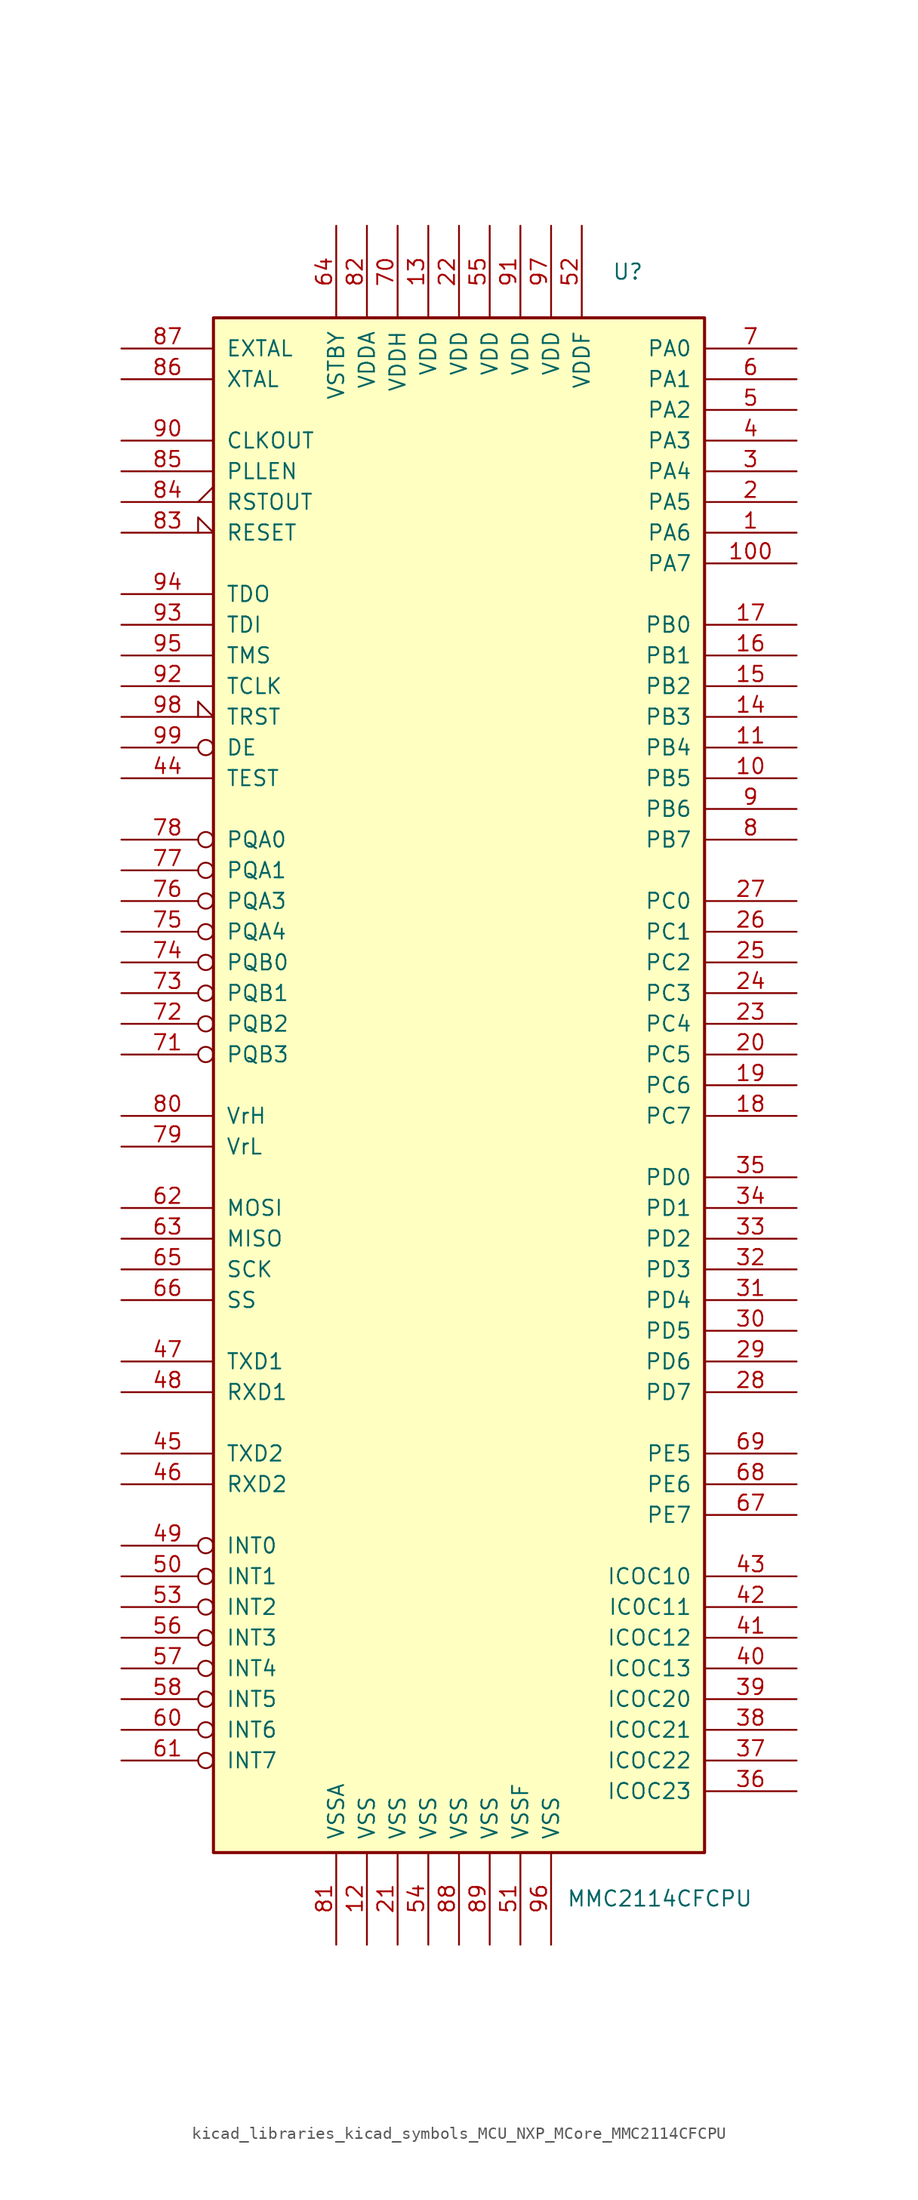
<source format=kicad_sym>
(kicad_symbol_lib
  (version 20220914)
  (generator kicad_symbol_editor)
  (symbol "kicad_libraries_kicad_symbols_MCU_NXP_MCore_MMC2114CFCPU"
    (pin_names
      (offset 1.016))
    (property "Reference" "U"
      (at 13.97 67.31 0)
      (effects (font (size 1.27 1.27))))
    (property "Value" "MMC2114CFCPU"
      (at 8.89 -67.31 0)
      (effects (font (size 1.27 1.27)) (justify left)))
    (symbol "kicad_libraries_kicad_symbols_MCU_NXP_MCore_MMC2114CFCPU_0_1"
      (rectangle (start -20.32 63.5) (end 20.32 -63.5) (stroke (width 0.254) (type default)) (fill (type background))))
    (symbol "kicad_libraries_kicad_symbols_MCU_NXP_MCore_MMC2114CFCPU_1_1"
      (pin bidirectional line (at 27.94 45.72 180) (length 7.62) (name "PA6" (effects (font (size 1.27 1.27)))) (number "1" (effects (font (size 1.27 1.27)))))
      (pin bidirectional line (at 27.94 25.4 180) (length 7.62) (name "PB5" (effects (font (size 1.27 1.27)))) (number "10" (effects (font (size 1.27 1.27)))))
      (pin bidirectional line (at 27.94 43.18 180) (length 7.62) (name "PA7" (effects (font (size 1.27 1.27)))) (number "100" (effects (font (size 1.27 1.27)))))
      (pin bidirectional line (at 27.94 27.94 180) (length 7.62) (name "PB4" (effects (font (size 1.27 1.27)))) (number "11" (effects (font (size 1.27 1.27)))))
      (pin power_in line (at -7.62 -71.12 90) (length 7.62) (name "VSS" (effects (font (size 1.27 1.27)))) (number "12" (effects (font (size 1.27 1.27)))))
      (pin power_in line (at -2.54 71.12 270) (length 7.62) (name "VDD" (effects (font (size 1.27 1.27)))) (number "13" (effects (font (size 1.27 1.27)))))
      (pin bidirectional line (at 27.94 30.48 180) (length 7.62) (name "PB3" (effects (font (size 1.27 1.27)))) (number "14" (effects (font (size 1.27 1.27)))))
      (pin bidirectional line (at 27.94 33.02 180) (length 7.62) (name "PB2" (effects (font (size 1.27 1.27)))) (number "15" (effects (font (size 1.27 1.27)))))
      (pin bidirectional line (at 27.94 35.56 180) (length 7.62) (name "PB1" (effects (font (size 1.27 1.27)))) (number "16" (effects (font (size 1.27 1.27)))))
      (pin bidirectional line (at 27.94 38.1 180) (length 7.62) (name "PB0" (effects (font (size 1.27 1.27)))) (number "17" (effects (font (size 1.27 1.27)))))
      (pin bidirectional line (at 27.94 -2.54 180) (length 7.62) (name "PC7" (effects (font (size 1.27 1.27)))) (number "18" (effects (font (size 1.27 1.27)))))
      (pin bidirectional line (at 27.94 0 180) (length 7.62) (name "PC6" (effects (font (size 1.27 1.27)))) (number "19" (effects (font (size 1.27 1.27)))))
      (pin bidirectional line (at 27.94 48.26 180) (length 7.62) (name "PA5" (effects (font (size 1.27 1.27)))) (number "2" (effects (font (size 1.27 1.27)))))
      (pin bidirectional line (at 27.94 2.54 180) (length 7.62) (name "PC5" (effects (font (size 1.27 1.27)))) (number "20" (effects (font (size 1.27 1.27)))))
      (pin power_in line (at -5.08 -71.12 90) (length 7.62) (name "VSS" (effects (font (size 1.27 1.27)))) (number "21" (effects (font (size 1.27 1.27)))))
      (pin power_in line (at 0 71.12 270) (length 7.62) (name "VDD" (effects (font (size 1.27 1.27)))) (number "22" (effects (font (size 1.27 1.27)))))
      (pin bidirectional line (at 27.94 5.08 180) (length 7.62) (name "PC4" (effects (font (size 1.27 1.27)))) (number "23" (effects (font (size 1.27 1.27)))))
      (pin bidirectional line (at 27.94 7.62 180) (length 7.62) (name "PC3" (effects (font (size 1.27 1.27)))) (number "24" (effects (font (size 1.27 1.27)))))
      (pin bidirectional line (at 27.94 10.16 180) (length 7.62) (name "PC2" (effects (font (size 1.27 1.27)))) (number "25" (effects (font (size 1.27 1.27)))))
      (pin bidirectional line (at 27.94 12.7 180) (length 7.62) (name "PC1" (effects (font (size 1.27 1.27)))) (number "26" (effects (font (size 1.27 1.27)))))
      (pin bidirectional line (at 27.94 15.24 180) (length 7.62) (name "PC0" (effects (font (size 1.27 1.27)))) (number "27" (effects (font (size 1.27 1.27)))))
      (pin bidirectional line (at 27.94 -25.4 180) (length 7.62) (name "PD7" (effects (font (size 1.27 1.27)))) (number "28" (effects (font (size 1.27 1.27)))))
      (pin bidirectional line (at 27.94 -22.86 180) (length 7.62) (name "PD6" (effects (font (size 1.27 1.27)))) (number "29" (effects (font (size 1.27 1.27)))))
      (pin bidirectional line (at 27.94 50.8 180) (length 7.62) (name "PA4" (effects (font (size 1.27 1.27)))) (number "3" (effects (font (size 1.27 1.27)))))
      (pin bidirectional line (at 27.94 -20.32 180) (length 7.62) (name "PD5" (effects (font (size 1.27 1.27)))) (number "30" (effects (font (size 1.27 1.27)))))
      (pin bidirectional line (at 27.94 -17.78 180) (length 7.62) (name "PD4" (effects (font (size 1.27 1.27)))) (number "31" (effects (font (size 1.27 1.27)))))
      (pin bidirectional line (at 27.94 -15.24 180) (length 7.62) (name "PD3" (effects (font (size 1.27 1.27)))) (number "32" (effects (font (size 1.27 1.27)))))
      (pin bidirectional line (at 27.94 -12.7 180) (length 7.62) (name "PD2" (effects (font (size 1.27 1.27)))) (number "33" (effects (font (size 1.27 1.27)))))
      (pin bidirectional line (at 27.94 -10.16 180) (length 7.62) (name "PD1" (effects (font (size 1.27 1.27)))) (number "34" (effects (font (size 1.27 1.27)))))
      (pin bidirectional line (at 27.94 -7.62 180) (length 7.62) (name "PD0" (effects (font (size 1.27 1.27)))) (number "35" (effects (font (size 1.27 1.27)))))
      (pin bidirectional line (at 27.94 -58.42 180) (length 7.62) (name "ICOC23" (effects (font (size 1.27 1.27)))) (number "36" (effects (font (size 1.27 1.27)))))
      (pin bidirectional line (at 27.94 -55.88 180) (length 7.62) (name "ICOC22" (effects (font (size 1.27 1.27)))) (number "37" (effects (font (size 1.27 1.27)))))
      (pin bidirectional line (at 27.94 -53.34 180) (length 7.62) (name "ICOC21" (effects (font (size 1.27 1.27)))) (number "38" (effects (font (size 1.27 1.27)))))
      (pin bidirectional line (at 27.94 -50.8 180) (length 7.62) (name "ICOC20" (effects (font (size 1.27 1.27)))) (number "39" (effects (font (size 1.27 1.27)))))
      (pin bidirectional line (at 27.94 53.34 180) (length 7.62) (name "PA3" (effects (font (size 1.27 1.27)))) (number "4" (effects (font (size 1.27 1.27)))))
      (pin bidirectional line (at 27.94 -48.26 180) (length 7.62) (name "ICOC13" (effects (font (size 1.27 1.27)))) (number "40" (effects (font (size 1.27 1.27)))))
      (pin bidirectional line (at 27.94 -45.72 180) (length 7.62) (name "ICOC12" (effects (font (size 1.27 1.27)))) (number "41" (effects (font (size 1.27 1.27)))))
      (pin bidirectional line (at 27.94 -43.18 180) (length 7.62) (name "IC0C11" (effects (font (size 1.27 1.27)))) (number "42" (effects (font (size 1.27 1.27)))))
      (pin bidirectional line (at 27.94 -40.64 180) (length 7.62) (name "ICOC10" (effects (font (size 1.27 1.27)))) (number "43" (effects (font (size 1.27 1.27)))))
      (pin bidirectional line (at -27.94 25.4 0) (length 7.62) (name "TEST" (effects (font (size 1.27 1.27)))) (number "44" (effects (font (size 1.27 1.27)))))
      (pin bidirectional line (at -27.94 -30.48 0) (length 7.62) (name "TXD2" (effects (font (size 1.27 1.27)))) (number "45" (effects (font (size 1.27 1.27)))))
      (pin bidirectional line (at -27.94 -33.02 0) (length 7.62) (name "RXD2" (effects (font (size 1.27 1.27)))) (number "46" (effects (font (size 1.27 1.27)))))
      (pin bidirectional line (at -27.94 -22.86 0) (length 7.62) (name "TXD1" (effects (font (size 1.27 1.27)))) (number "47" (effects (font (size 1.27 1.27)))))
      (pin bidirectional line (at -27.94 -25.4 0) (length 7.62) (name "RXD1" (effects (font (size 1.27 1.27)))) (number "48" (effects (font (size 1.27 1.27)))))
      (pin bidirectional inverted (at -27.94 -38.1 0) (length 7.62) (name "INT0" (effects (font (size 1.27 1.27)))) (number "49" (effects (font (size 1.27 1.27)))))
      (pin bidirectional line (at 27.94 55.88 180) (length 7.62) (name "PA2" (effects (font (size 1.27 1.27)))) (number "5" (effects (font (size 1.27 1.27)))))
      (pin bidirectional inverted (at -27.94 -40.64 0) (length 7.62) (name "INT1" (effects (font (size 1.27 1.27)))) (number "50" (effects (font (size 1.27 1.27)))))
      (pin power_in line (at 5.08 -71.12 90) (length 7.62) (name "VSSF" (effects (font (size 1.27 1.27)))) (number "51" (effects (font (size 1.27 1.27)))))
      (pin power_in line (at 10.16 71.12 270) (length 7.62) (name "VDDF" (effects (font (size 1.27 1.27)))) (number "52" (effects (font (size 1.27 1.27)))))
      (pin bidirectional inverted (at -27.94 -43.18 0) (length 7.62) (name "INT2" (effects (font (size 1.27 1.27)))) (number "53" (effects (font (size 1.27 1.27)))))
      (pin power_in line (at -2.54 -71.12 90) (length 7.62) (name "VSS" (effects (font (size 1.27 1.27)))) (number "54" (effects (font (size 1.27 1.27)))))
      (pin power_in line (at 2.54 71.12 270) (length 7.62) (name "VDD" (effects (font (size 1.27 1.27)))) (number "55" (effects (font (size 1.27 1.27)))))
      (pin bidirectional inverted (at -27.94 -45.72 0) (length 7.62) (name "INT3" (effects (font (size 1.27 1.27)))) (number "56" (effects (font (size 1.27 1.27)))))
      (pin bidirectional inverted (at -27.94 -48.26 0) (length 7.62) (name "INT4" (effects (font (size 1.27 1.27)))) (number "57" (effects (font (size 1.27 1.27)))))
      (pin bidirectional inverted (at -27.94 -50.8 0) (length 7.62) (name "INT5" (effects (font (size 1.27 1.27)))) (number "58" (effects (font (size 1.27 1.27)))))
      (pin bidirectional line (at 27.94 58.42 180) (length 7.62) (name "PA1" (effects (font (size 1.27 1.27)))) (number "6" (effects (font (size 1.27 1.27)))))
      (pin bidirectional inverted (at -27.94 -53.34 0) (length 7.62) (name "INT6" (effects (font (size 1.27 1.27)))) (number "60" (effects (font (size 1.27 1.27)))))
      (pin bidirectional inverted (at -27.94 -55.88 0) (length 7.62) (name "INT7" (effects (font (size 1.27 1.27)))) (number "61" (effects (font (size 1.27 1.27)))))
      (pin bidirectional line (at -27.94 -10.16 0) (length 7.62) (name "MOSI" (effects (font (size 1.27 1.27)))) (number "62" (effects (font (size 1.27 1.27)))))
      (pin bidirectional line (at -27.94 -12.7 0) (length 7.62) (name "MISO" (effects (font (size 1.27 1.27)))) (number "63" (effects (font (size 1.27 1.27)))))
      (pin power_in line (at -10.16 71.12 270) (length 7.62) (name "VSTBY" (effects (font (size 1.27 1.27)))) (number "64" (effects (font (size 1.27 1.27)))))
      (pin bidirectional line (at -27.94 -15.24 0) (length 7.62) (name "SCK" (effects (font (size 1.27 1.27)))) (number "65" (effects (font (size 1.27 1.27)))))
      (pin bidirectional line (at -27.94 -17.78 0) (length 7.62) (name "SS" (effects (font (size 1.27 1.27)))) (number "66" (effects (font (size 1.27 1.27)))))
      (pin bidirectional line (at 27.94 -35.56 180) (length 7.62) (name "PE7" (effects (font (size 1.27 1.27)))) (number "67" (effects (font (size 1.27 1.27)))))
      (pin bidirectional line (at 27.94 -33.02 180) (length 7.62) (name "PE6" (effects (font (size 1.27 1.27)))) (number "68" (effects (font (size 1.27 1.27)))))
      (pin bidirectional line (at 27.94 -30.48 180) (length 7.62) (name "PE5" (effects (font (size 1.27 1.27)))) (number "69" (effects (font (size 1.27 1.27)))))
      (pin bidirectional line (at 27.94 60.96 180) (length 7.62) (name "PA0" (effects (font (size 1.27 1.27)))) (number "7" (effects (font (size 1.27 1.27)))))
      (pin power_in line (at -5.08 71.12 270) (length 7.62) (name "VDDH" (effects (font (size 1.27 1.27)))) (number "70" (effects (font (size 1.27 1.27)))))
      (pin bidirectional inverted (at -27.94 2.54 0) (length 7.62) (name "PQB3" (effects (font (size 1.27 1.27)))) (number "71" (effects (font (size 1.27 1.27)))))
      (pin bidirectional inverted (at -27.94 5.08 0) (length 7.62) (name "PQB2" (effects (font (size 1.27 1.27)))) (number "72" (effects (font (size 1.27 1.27)))))
      (pin bidirectional inverted (at -27.94 7.62 0) (length 7.62) (name "PQB1" (effects (font (size 1.27 1.27)))) (number "73" (effects (font (size 1.27 1.27)))))
      (pin bidirectional inverted (at -27.94 10.16 0) (length 7.62) (name "PQB0" (effects (font (size 1.27 1.27)))) (number "74" (effects (font (size 1.27 1.27)))))
      (pin bidirectional inverted (at -27.94 12.7 0) (length 7.62) (name "PQA4" (effects (font (size 1.27 1.27)))) (number "75" (effects (font (size 1.27 1.27)))))
      (pin bidirectional inverted (at -27.94 15.24 0) (length 7.62) (name "PQA3" (effects (font (size 1.27 1.27)))) (number "76" (effects (font (size 1.27 1.27)))))
      (pin bidirectional inverted (at -27.94 17.78 0) (length 7.62) (name "PQA1" (effects (font (size 1.27 1.27)))) (number "77" (effects (font (size 1.27 1.27)))))
      (pin bidirectional inverted (at -27.94 20.32 0) (length 7.62) (name "PQA0" (effects (font (size 1.27 1.27)))) (number "78" (effects (font (size 1.27 1.27)))))
      (pin input line (at -27.94 -5.08 0) (length 7.62) (name "VrL" (effects (font (size 1.27 1.27)))) (number "79" (effects (font (size 1.27 1.27)))))
      (pin bidirectional line (at 27.94 20.32 180) (length 7.62) (name "PB7" (effects (font (size 1.27 1.27)))) (number "8" (effects (font (size 1.27 1.27)))))
      (pin input line (at -27.94 -2.54 0) (length 7.62) (name "VrH" (effects (font (size 1.27 1.27)))) (number "80" (effects (font (size 1.27 1.27)))))
      (pin power_in line (at -10.16 -71.12 90) (length 7.62) (name "VSSA" (effects (font (size 1.27 1.27)))) (number "81" (effects (font (size 1.27 1.27)))))
      (pin power_in line (at -7.62 71.12 270) (length 7.62) (name "VDDA" (effects (font (size 1.27 1.27)))) (number "82" (effects (font (size 1.27 1.27)))))
      (pin input input_low (at -27.94 45.72 0) (length 7.62) (name "RESET" (effects (font (size 1.27 1.27)))) (number "83" (effects (font (size 1.27 1.27)))))
      (pin output output_low (at -27.94 48.26 0) (length 7.62) (name "RSTOUT" (effects (font (size 1.27 1.27)))) (number "84" (effects (font (size 1.27 1.27)))))
      (pin input line (at -27.94 50.8 0) (length 7.62) (name "PLLEN" (effects (font (size 1.27 1.27)))) (number "85" (effects (font (size 1.27 1.27)))))
      (pin output line (at -27.94 58.42 0) (length 7.62) (name "XTAL" (effects (font (size 1.27 1.27)))) (number "86" (effects (font (size 1.27 1.27)))))
      (pin input line (at -27.94 60.96 0) (length 7.62) (name "EXTAL" (effects (font (size 1.27 1.27)))) (number "87" (effects (font (size 1.27 1.27)))))
      (pin power_in line (at 0 -71.12 90) (length 7.62) (name "VSS" (effects (font (size 1.27 1.27)))) (number "88" (effects (font (size 1.27 1.27)))))
      (pin power_in line (at 2.54 -71.12 90) (length 7.62) (name "VSS" (effects (font (size 1.27 1.27)))) (number "89" (effects (font (size 1.27 1.27)))))
      (pin bidirectional line (at 27.94 22.86 180) (length 7.62) (name "PB6" (effects (font (size 1.27 1.27)))) (number "9" (effects (font (size 1.27 1.27)))))
      (pin output line (at -27.94 53.34 0) (length 7.62) (name "CLKOUT" (effects (font (size 1.27 1.27)))) (number "90" (effects (font (size 1.27 1.27)))))
      (pin power_in line (at 5.08 71.12 270) (length 7.62) (name "VDD" (effects (font (size 1.27 1.27)))) (number "91" (effects (font (size 1.27 1.27)))))
      (pin input line (at -27.94 33.02 0) (length 7.62) (name "TCLK" (effects (font (size 1.27 1.27)))) (number "92" (effects (font (size 1.27 1.27)))))
      (pin input line (at -27.94 38.1 0) (length 7.62) (name "TDI" (effects (font (size 1.27 1.27)))) (number "93" (effects (font (size 1.27 1.27)))))
      (pin output line (at -27.94 40.64 0) (length 7.62) (name "TDO" (effects (font (size 1.27 1.27)))) (number "94" (effects (font (size 1.27 1.27)))))
      (pin input line (at -27.94 35.56 0) (length 7.62) (name "TMS" (effects (font (size 1.27 1.27)))) (number "95" (effects (font (size 1.27 1.27)))))
      (pin power_in line (at 7.62 -71.12 90) (length 7.62) (name "VSS" (effects (font (size 1.27 1.27)))) (number "96" (effects (font (size 1.27 1.27)))))
      (pin power_in line (at 7.62 71.12 270) (length 7.62) (name "VDD" (effects (font (size 1.27 1.27)))) (number "97" (effects (font (size 1.27 1.27)))))
      (pin input input_low (at -27.94 30.48 0) (length 7.62) (name "TRST" (effects (font (size 1.27 1.27)))) (number "98" (effects (font (size 1.27 1.27)))))
      (pin output inverted (at -27.94 27.94 0) (length 7.62) (name "DE" (effects (font (size 1.27 1.27)))) (number "99" (effects (font (size 1.27 1.27))))))))
</source>
